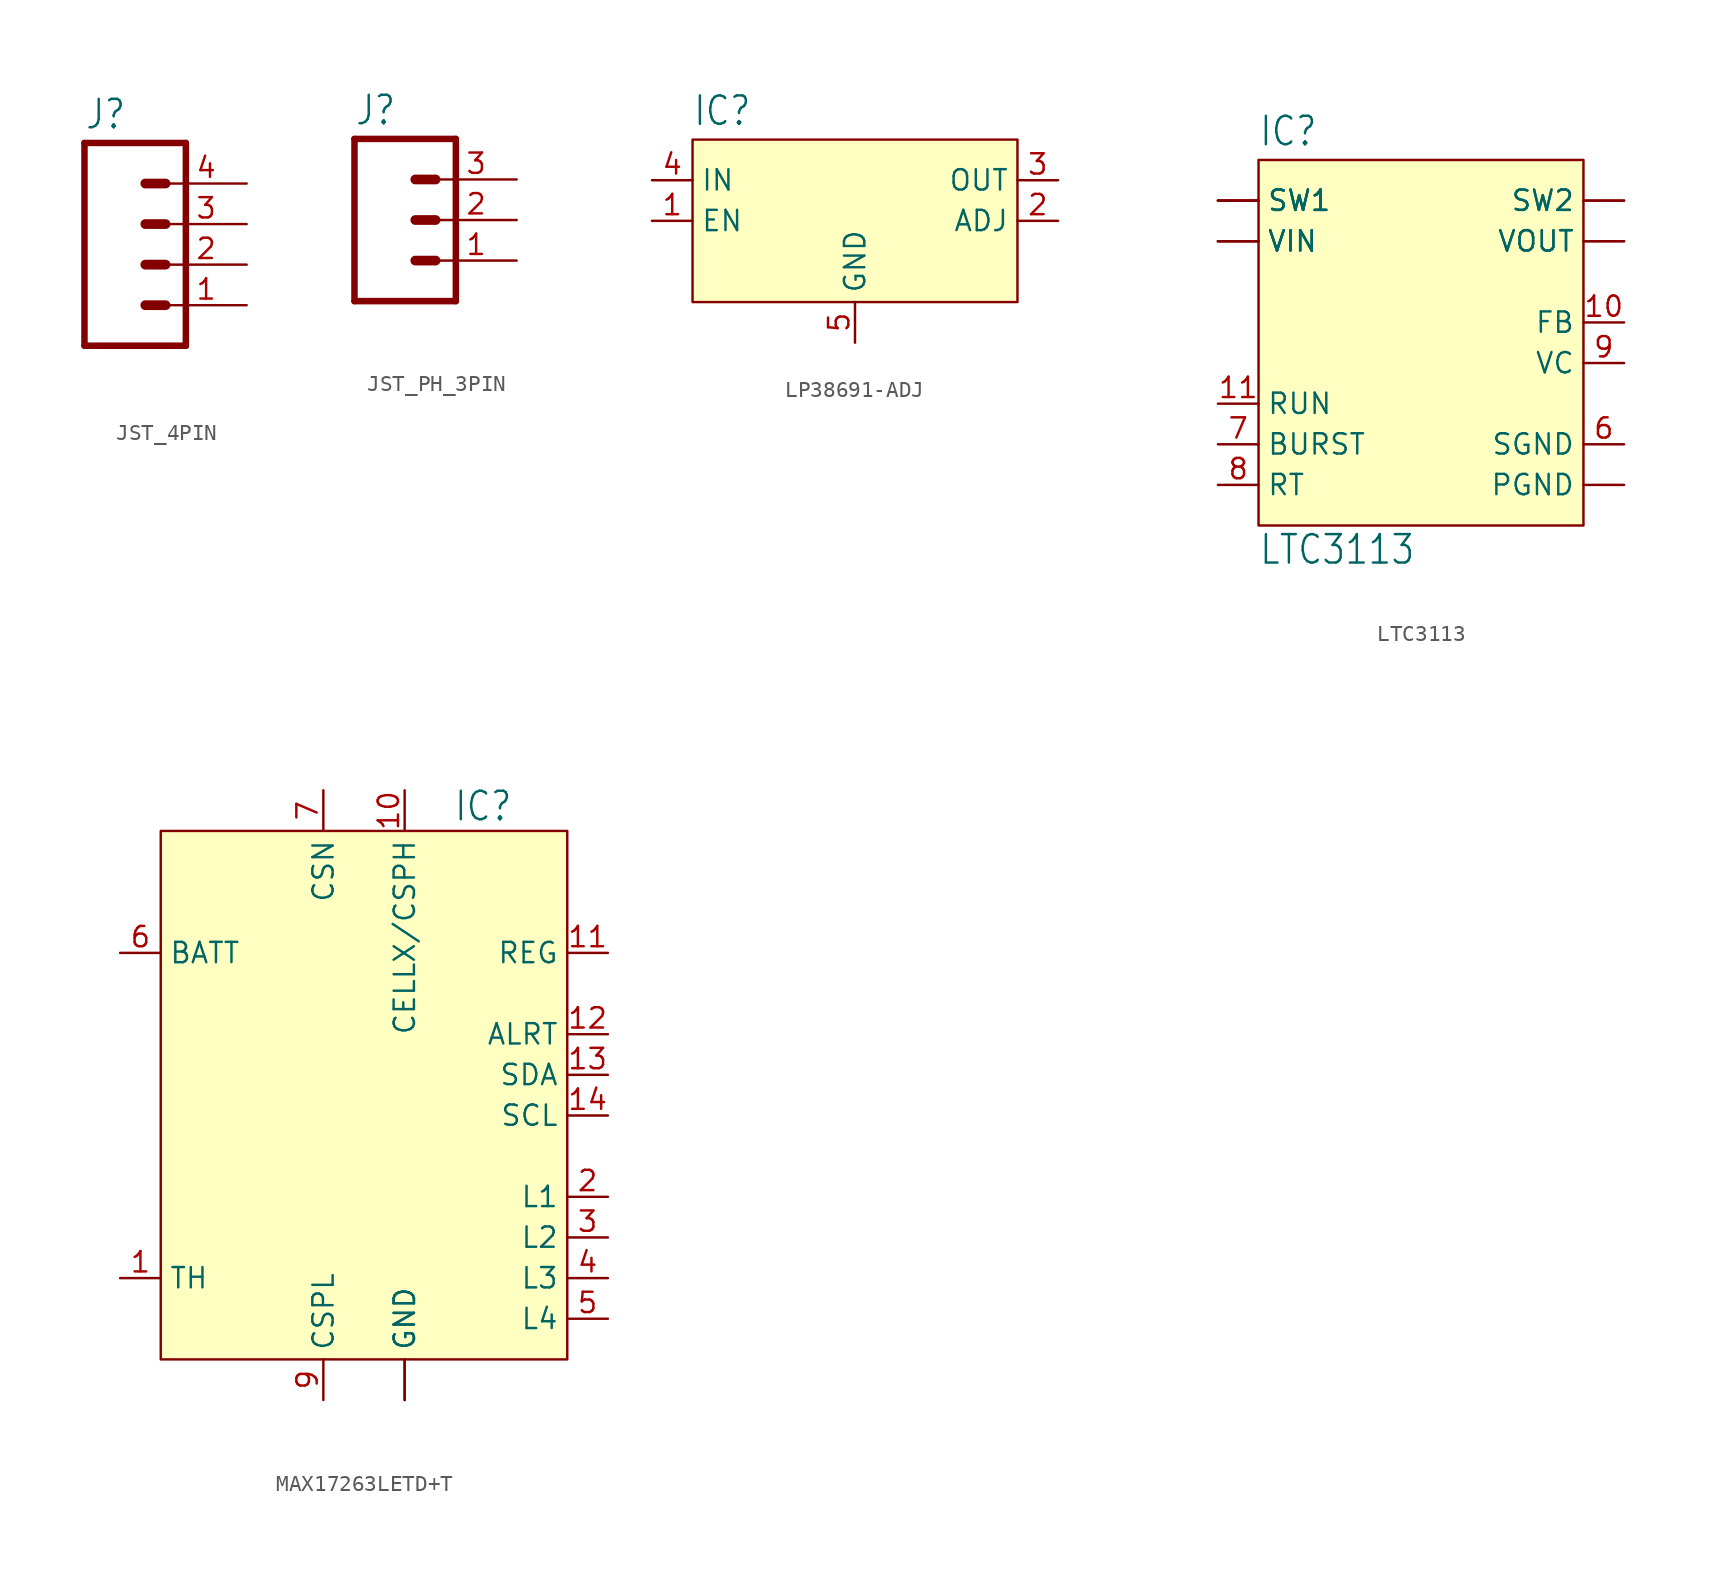
<source format=kicad_sym>
(kicad_symbol_lib
  (version 20241209)
  (generator "kicad_symbol_editor")
  (generator_version "9.0")
  (symbol "JST_4PIN"
    (property "Reference" "J"
      (at -5.08 8.382 0)
      (effects (font (size 1.778 1.511)) (justify left bottom)))
    (property "Value" ""
      (at -5.08 -7.62 0)
      (effects (font (size 1.778 1.511)) (justify left bottom)))
    (property "ki_locked" ""
      (at 0 0 0)
      (effects (font (size 1.27 1.27))))
    (symbol "JST_4PIN_1_0"
      (polyline (pts (xy -5.08 7.62) (xy -5.08 -5.08)) (stroke (width 0.406) (type solid)) (fill (type none)))
      (polyline (pts (xy -5.08 7.62) (xy 1.27 7.62)) (stroke (width 0.406) (type solid)) (fill (type none)))
      (polyline (pts (xy -1.27 5.08) (xy 0 5.08)) (stroke (width 0.61) (type solid)) (fill (type none)))
      (polyline (pts (xy -1.27 2.54) (xy 0 2.54)) (stroke (width 0.61) (type solid)) (fill (type none)))
      (polyline (pts (xy -1.27 0) (xy 0 0)) (stroke (width 0.61) (type solid)) (fill (type none)))
      (polyline (pts (xy -1.27 -2.54) (xy 0 -2.54)) (stroke (width 0.61) (type solid)) (fill (type none)))
      (polyline (pts (xy 1.27 -5.08) (xy -5.08 -5.08)) (stroke (width 0.406) (type solid)) (fill (type none)))
      (polyline (pts (xy 1.27 -5.08) (xy 1.27 7.62)) (stroke (width 0.406) (type solid)) (fill (type none)))
      (pin passive line (at 5.08 5.08 180) (length 5.08) (name "4" (effects (font (size 0 0)))) (number "4" (effects (font (size 1.27 1.27)))))
      (pin passive line (at 5.08 2.54 180) (length 5.08) (name "3" (effects (font (size 0 0)))) (number "3" (effects (font (size 1.27 1.27)))))
      (pin passive line (at 5.08 0 180) (length 5.08) (name "2" (effects (font (size 0 0)))) (number "2" (effects (font (size 1.27 1.27)))))
      (pin passive line (at 5.08 -2.54 180) (length 5.08) (name "1" (effects (font (size 0 0)))) (number "1" (effects (font (size 1.27 1.27)))))))
  (symbol "JST_PH_3PIN"
    (property "Reference" "J"
      (at -2.54 5.842 0)
      (effects (font (size 1.778 1.511)) (justify left bottom)))
    (property "Value" ""
      (at -2.54 -7.62 0)
      (effects (font (size 1.778 1.511)) (justify left bottom)))
    (property "ki_locked" ""
      (at 0 0 0)
      (effects (font (size 1.27 1.27))))
    (symbol "JST_PH_3PIN_1_0"
      (polyline (pts (xy -2.54 5.08) (xy -2.54 -5.08)) (stroke (width 0.406) (type solid)) (fill (type none)))
      (polyline (pts (xy -2.54 5.08) (xy 3.81 5.08)) (stroke (width 0.406) (type solid)) (fill (type none)))
      (polyline (pts (xy 1.27 2.54) (xy 2.54 2.54)) (stroke (width 0.61) (type solid)) (fill (type none)))
      (polyline (pts (xy 1.27 0) (xy 2.54 0)) (stroke (width 0.61) (type solid)) (fill (type none)))
      (polyline (pts (xy 1.27 -2.54) (xy 2.54 -2.54)) (stroke (width 0.61) (type solid)) (fill (type none)))
      (polyline (pts (xy 3.81 -5.08) (xy -2.54 -5.08)) (stroke (width 0.406) (type solid)) (fill (type none)))
      (polyline (pts (xy 3.81 -5.08) (xy 3.81 5.08)) (stroke (width 0.406) (type solid)) (fill (type none)))
      (pin passive line (at 7.62 2.54 180) (length 5.08) (name "3" (effects (font (size 0 0)))) (number "3" (effects (font (size 1.27 1.27)))))
      (pin passive line (at 7.62 0 180) (length 5.08) (name "2" (effects (font (size 0 0)))) (number "2" (effects (font (size 1.27 1.27)))))
      (pin passive line (at 7.62 -2.54 180) (length 5.08) (name "1" (effects (font (size 0 0)))) (number "1" (effects (font (size 1.27 1.27)))))))
  (symbol "LP38691-ADJ"
    (property "Reference" "IC"
      (at -10.16 8.382 0)
      (effects (font (size 1.778 1.511)) (justify left bottom)))
    (property "Value" ""
      (at 2.54 8.382 0)
      (effects (font (size 1.778 1.511)) (justify left bottom)))
    (symbol "LP38691-ADJ_1_0"
      (pin bidirectional line (at -12.7 5.08 0) (length 2.54) (name "IN" (effects (font (size 1.27 1.27)))) (number "4" (effects (font (size 1.27 1.27)))))
      (pin bidirectional line (at -12.7 2.54 0) (length 2.54) (name "EN" (effects (font (size 1.27 1.27)))) (number "1" (effects (font (size 1.27 1.27)))))
      (pin bidirectional line (at 0 -5.08 90) (length 2.54) (name "GND" (effects (font (size 1.27 1.27)))) (number "5" (effects (font (size 1.27 1.27)))))
      (pin bidirectional line (at 12.7 5.08 180) (length 2.54) (name "OUT" (effects (font (size 1.27 1.27)))) (number "3" (effects (font (size 1.27 1.27)))))
      (pin bidirectional line (at 12.7 2.54 180) (length 2.54) (name "ADJ" (effects (font (size 1.27 1.27)))) (number "2" (effects (font (size 1.27 1.27))))))
    (symbol "LP38691-ADJ_1_1"
      (rectangle (start -10.16 7.62) (end 10.16 -2.54) (stroke (width 0) (type solid)) (fill (type background)))))
  (symbol "LTC3113"
    (property "Reference" "IC"
      (at -10.16 10.922 0)
      (effects (font (size 1.778 1.511)) (justify left bottom)))
    (property "Value" "LTC3113"
      (at -10.16 -15.24 0)
      (effects (font (size 1.778 1.511)) (justify left bottom)))
    (symbol "LTC3113_1_0"
      (pin bidirectional line (at -12.7 7.62 0) (length 2.54) (name "SW1" (effects (font (size 1.27 1.27)))) (number "12" (effects (font (size 0 0)))))
      (pin bidirectional line (at -12.7 7.62 0) (length 2.54) (name "SW1" (effects (font (size 1.27 1.27)))) (number "13" (effects (font (size 0 0)))))
      (pin bidirectional line (at -12.7 7.62 0) (length 2.54) (name "SW1" (effects (font (size 1.27 1.27)))) (number "14" (effects (font (size 0 0)))))
      (pin bidirectional line (at -12.7 5.08 0) (length 2.54) (name "VIN" (effects (font (size 1.27 1.27)))) (number "3" (effects (font (size 0 0)))))
      (pin bidirectional line (at -12.7 5.08 0) (length 2.54) (name "VIN" (effects (font (size 1.27 1.27)))) (number "4" (effects (font (size 0 0)))))
      (pin bidirectional line (at -12.7 5.08 0) (length 2.54) (name "VIN" (effects (font (size 1.27 1.27)))) (number "5" (effects (font (size 0 0)))))
      (pin bidirectional line (at -12.7 -5.08 0) (length 2.54) (name "RUN" (effects (font (size 1.27 1.27)))) (number "11" (effects (font (size 1.27 1.27)))))
      (pin bidirectional line (at -12.7 -7.62 0) (length 2.54) (name "BURST" (effects (font (size 1.27 1.27)))) (number "7" (effects (font (size 1.27 1.27)))))
      (pin bidirectional line (at -12.7 -10.16 0) (length 2.54) (name "RT" (effects (font (size 1.27 1.27)))) (number "8" (effects (font (size 1.27 1.27)))))
      (pin bidirectional line (at 12.7 7.62 180) (length 2.54) (name "SW2" (effects (font (size 1.27 1.27)))) (number "15" (effects (font (size 0 0)))))
      (pin bidirectional line (at 12.7 7.62 180) (length 2.54) (name "SW2" (effects (font (size 1.27 1.27)))) (number "16" (effects (font (size 0 0)))))
      (pin bidirectional line (at 12.7 5.08 180) (length 2.54) (name "VOUT" (effects (font (size 1.27 1.27)))) (number "1" (effects (font (size 0 0)))))
      (pin bidirectional line (at 12.7 5.08 180) (length 2.54) (name "VOUT" (effects (font (size 1.27 1.27)))) (number "2" (effects (font (size 0 0)))))
      (pin bidirectional line (at 12.7 0 180) (length 2.54) (name "FB" (effects (font (size 1.27 1.27)))) (number "10" (effects (font (size 1.27 1.27)))))
      (pin bidirectional line (at 12.7 -2.54 180) (length 2.54) (name "VC" (effects (font (size 1.27 1.27)))) (number "9" (effects (font (size 1.27 1.27)))))
      (pin bidirectional line (at 12.7 -7.62 180) (length 2.54) (name "SGND" (effects (font (size 1.27 1.27)))) (number "6" (effects (font (size 1.27 1.27)))))
      (pin bidirectional line (at 12.7 -10.16 180) (length 2.54) (name "PGND" (effects (font (size 1.27 1.27)))) (number "17" (effects (font (size 0 0))))))
    (symbol "LTC3113_1_1"
      (rectangle (start -10.16 10.16) (end 10.16 -12.7) (stroke (width 0) (type solid)) (fill (type background)))))
  (symbol "MAX17263LETD+T"
    (property "Reference" "IC"
      (at 5.588 15.748 0)
      (effects (font (size 1.778 1.511)) (justify left bottom)))
    (property "Value" ""
      (at 5.08 -20.32 0)
      (effects (font (size 1.778 1.511)) (justify left bottom)))
    (property "ki_locked" ""
      (at 0 0 0)
      (effects (font (size 1.27 1.27))))
    (symbol "MAX17263LETD+T_1_0"
      (pin bidirectional line (at -15.24 7.62 0) (length 2.54) (name "BATT" (effects (font (size 1.27 1.27)))) (number "6" (effects (font (size 1.27 1.27)))))
      (pin bidirectional line (at -15.24 -12.7 0) (length 2.54) (name "TH" (effects (font (size 1.27 1.27)))) (number "1" (effects (font (size 1.27 1.27)))))
      (pin bidirectional line (at -2.54 17.78 270) (length 2.54) (name "CSN" (effects (font (size 1.27 1.27)))) (number "7" (effects (font (size 1.27 1.27)))))
      (pin bidirectional line (at -2.54 -20.32 90) (length 2.54) (name "CSPL" (effects (font (size 1.27 1.27)))) (number "9" (effects (font (size 1.27 1.27)))))
      (pin bidirectional line (at 2.54 17.78 270) (length 2.54) (name "CELLX/CSPH" (effects (font (size 1.27 1.27)))) (number "10" (effects (font (size 1.27 1.27)))))
      (pin bidirectional line (at 2.54 -20.32 90) (length 2.54) (name "GND" (effects (font (size 1.27 1.27)))) (number "15" (effects (font (size 0 0)))))
      (pin bidirectional line (at 2.54 -20.32 90) (length 2.54) (name "GND" (effects (font (size 1.27 1.27)))) (number "8" (effects (font (size 0 0)))))
      (pin bidirectional line (at 15.24 7.62 180) (length 2.54) (name "REG" (effects (font (size 1.27 1.27)))) (number "11" (effects (font (size 1.27 1.27)))))
      (pin bidirectional line (at 15.24 2.54 180) (length 2.54) (name "ALRT" (effects (font (size 1.27 1.27)))) (number "12" (effects (font (size 1.27 1.27)))))
      (pin bidirectional line (at 15.24 0 180) (length 2.54) (name "SDA" (effects (font (size 1.27 1.27)))) (number "13" (effects (font (size 1.27 1.27)))))
      (pin bidirectional line (at 15.24 -2.54 180) (length 2.54) (name "SCL" (effects (font (size 1.27 1.27)))) (number "14" (effects (font (size 1.27 1.27)))))
      (pin bidirectional line (at 15.24 -7.62 180) (length 2.54) (name "L1" (effects (font (size 1.27 1.27)))) (number "2" (effects (font (size 1.27 1.27)))))
      (pin bidirectional line (at 15.24 -10.16 180) (length 2.54) (name "L2" (effects (font (size 1.27 1.27)))) (number "3" (effects (font (size 1.27 1.27)))))
      (pin bidirectional line (at 15.24 -12.7 180) (length 2.54) (name "L3" (effects (font (size 1.27 1.27)))) (number "4" (effects (font (size 1.27 1.27)))))
      (pin bidirectional line (at 15.24 -15.24 180) (length 2.54) (name "L4" (effects (font (size 1.27 1.27)))) (number "5" (effects (font (size 1.27 1.27))))))
    (symbol "MAX17263LETD+T_1_1"
      (rectangle (start -12.7 15.24) (end 12.7 -17.78) (stroke (width 0) (type solid)) (fill (type background))))))
</source>
